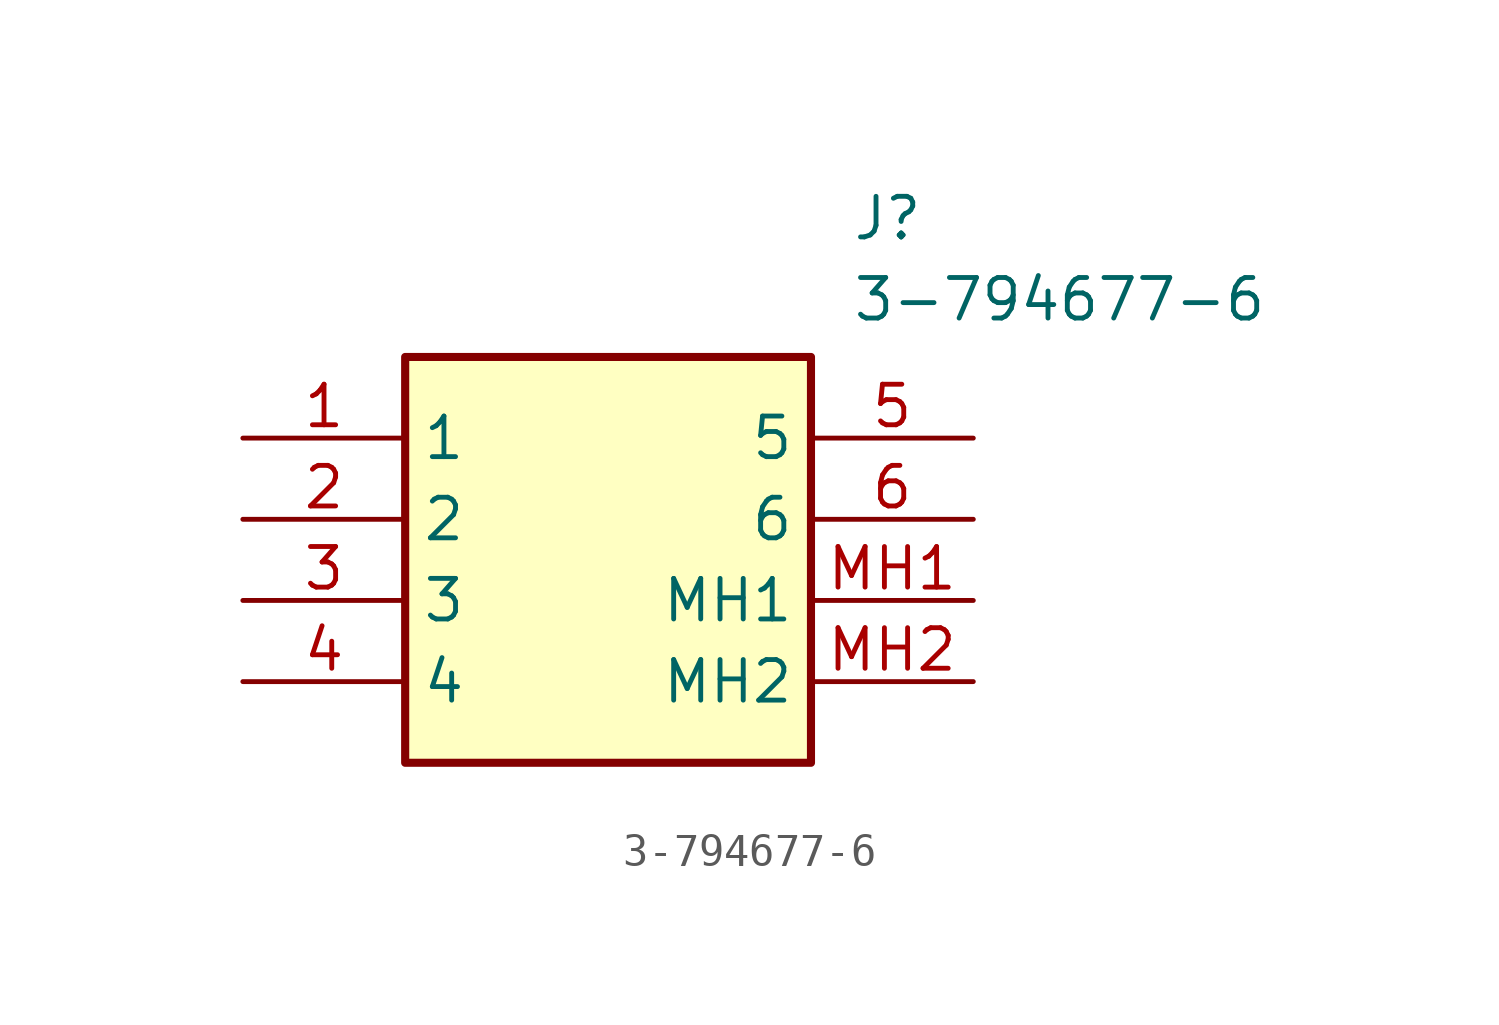
<source format=kicad_sym>
(kicad_symbol_lib
  (version 20211014)
  (generator SamacSys_ECAD_Model)
  (symbol "3-794677-6"
    (property "Reference" "J"
      (at 19.05 7.62 0)
      (effects (font (size 1.27 1.27)) (justify left top)))
    (property "Value" "3-794677-6"
      (at 19.05 5.08 0)
      (effects (font (size 1.27 1.27)) (justify left top)))
    (rectangle
      (start 5.08 2.54)
      (end 17.78 -10.16)
      (stroke (width 0.254) (type default))
      (fill (type background)))
    (pin passive line
      (at 0 0 0)
      (length 5.08)
      (name "1" (effects (font (size 1.27 1.27))))
      (number "1" (effects (font (size 1.27 1.27)))))
    (pin passive line
      (at 0 -2.54 0)
      (length 5.08)
      (name "2" (effects (font (size 1.27 1.27))))
      (number "2" (effects (font (size 1.27 1.27)))))
    (pin passive line
      (at 0 -5.08 0)
      (length 5.08)
      (name "3" (effects (font (size 1.27 1.27))))
      (number "3" (effects (font (size 1.27 1.27)))))
    (pin passive line
      (at 0 -7.62 0)
      (length 5.08)
      (name "4" (effects (font (size 1.27 1.27))))
      (number "4" (effects (font (size 1.27 1.27)))))
    (pin passive line
      (at 22.86 0 180)
      (length 5.08)
      (name "5" (effects (font (size 1.27 1.27))))
      (number "5" (effects (font (size 1.27 1.27)))))
    (pin passive line
      (at 22.86 -2.54 180)
      (length 5.08)
      (name "6" (effects (font (size 1.27 1.27))))
      (number "6" (effects (font (size 1.27 1.27)))))
    (pin passive line
      (at 22.86 -5.08 180)
      (length 5.08)
      (name "MH1" (effects (font (size 1.27 1.27))))
      (number "MH1" (effects (font (size 1.27 1.27)))))
    (pin passive line
      (at 22.86 -7.62 180)
      (length 5.08)
      (name "MH2" (effects (font (size 1.27 1.27))))
      (number "MH2" (effects (font (size 1.27 1.27)))))))
</source>
